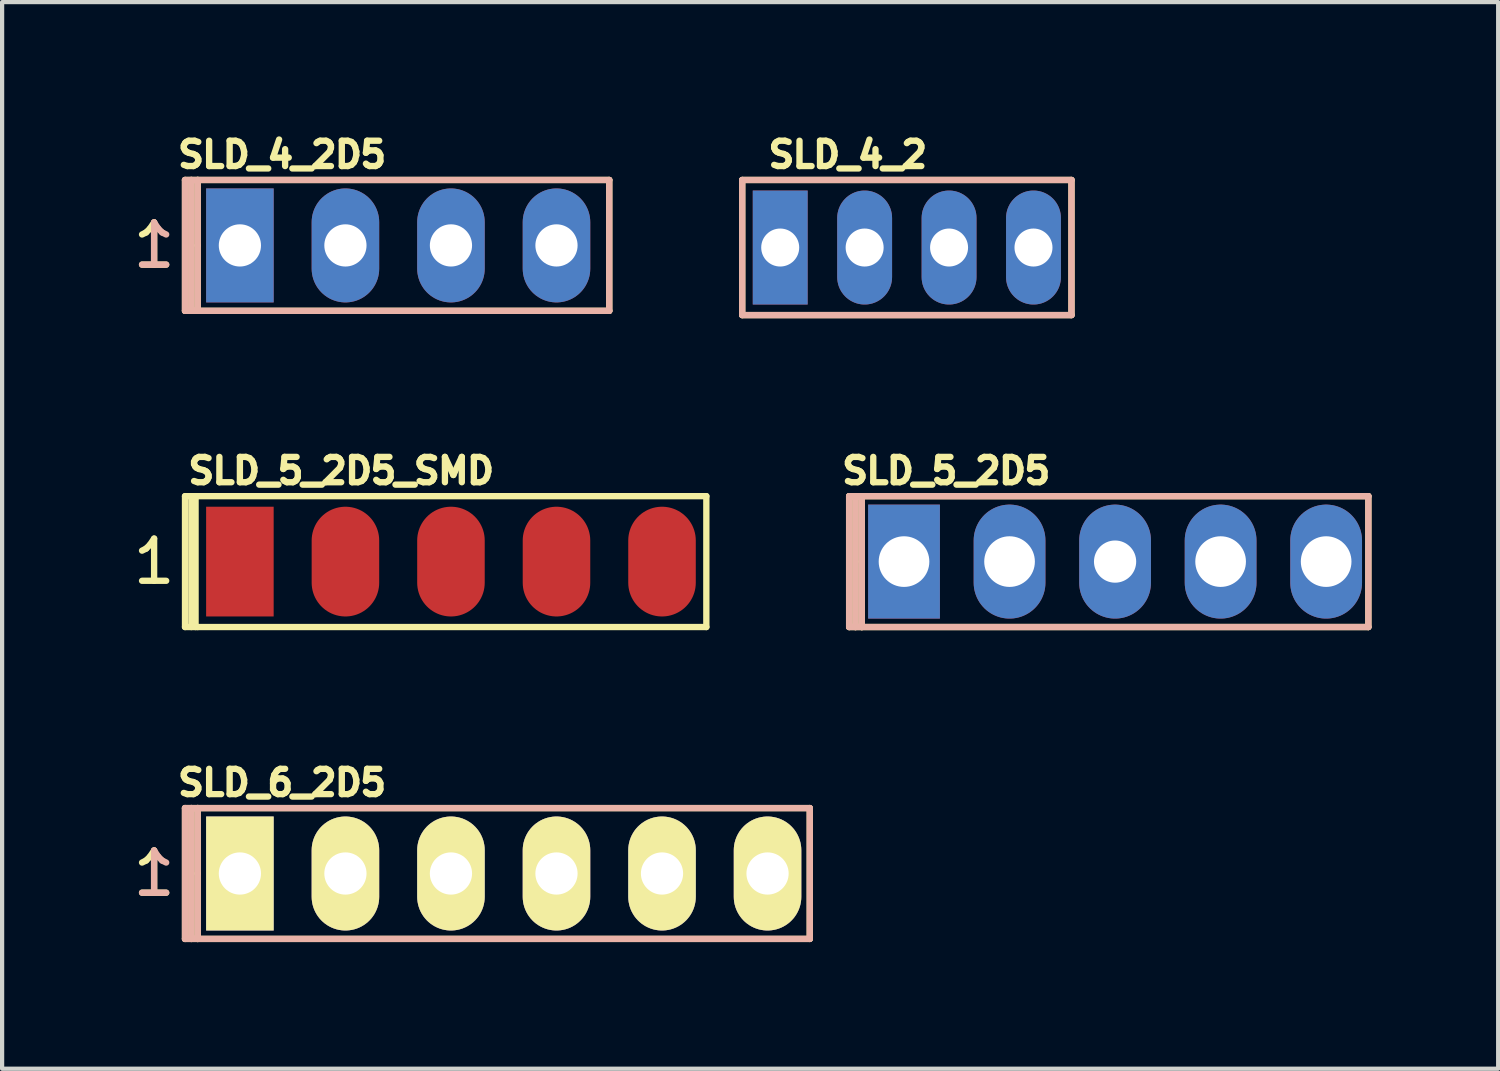
<source format=kicad_pcb>
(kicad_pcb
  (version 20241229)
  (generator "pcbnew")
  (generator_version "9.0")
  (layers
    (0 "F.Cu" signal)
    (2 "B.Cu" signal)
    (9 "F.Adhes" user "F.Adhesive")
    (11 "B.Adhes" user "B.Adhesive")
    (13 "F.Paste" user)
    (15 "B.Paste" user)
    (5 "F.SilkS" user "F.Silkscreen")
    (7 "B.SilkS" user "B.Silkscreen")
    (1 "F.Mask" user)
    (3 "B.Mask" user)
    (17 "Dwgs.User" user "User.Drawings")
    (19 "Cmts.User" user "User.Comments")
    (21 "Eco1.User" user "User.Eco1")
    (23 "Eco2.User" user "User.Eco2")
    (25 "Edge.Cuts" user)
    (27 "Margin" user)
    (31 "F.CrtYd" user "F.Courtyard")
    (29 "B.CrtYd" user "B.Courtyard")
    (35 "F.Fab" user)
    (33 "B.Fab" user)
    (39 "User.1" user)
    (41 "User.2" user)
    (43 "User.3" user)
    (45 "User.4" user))
  (footprint "SLD_6_2D5"
    (layer "F.Cu")
    (at 8.883 17.643)
    (property "Reference" "SLD_6_2D5" (at -5.25 -2.15 0) (layer "F.SilkS") (effects (font (size 0.6 0.6) (thickness 0.15))))
    (attr through_hole)
    (fp_line (start -7.55 -1.55) (end -7.55 1.55) (stroke (width 0.15) (type solid)) (layer "F.SilkS"))
    (fp_line (start -7.55 1.55) (end -7.25 1.55) (stroke (width 0.15) (type solid)) (layer "F.SilkS"))
    (fp_line (start -7.4 1.55) (end -7.4 -1.55) (stroke (width 0.15) (type solid)) (layer "F.SilkS"))
    (fp_line (start -7.25 -1.55) (end -7.55 -1.55) (stroke (width 0.15) (type solid)) (layer "F.SilkS"))
    (fp_line (start -7.25 -1.55) (end 7.25 -1.55) (stroke (width 0.15) (type solid)) (layer "F.SilkS"))
    (fp_line (start -7.25 0) (end -7.25 -1.55) (stroke (width 0.15) (type solid)) (layer "F.SilkS"))
    (fp_line (start -7.25 1.55) (end -7.25 0) (stroke (width 0.15) (type solid)) (layer "F.SilkS"))
    (fp_line (start 7.25 -1.55) (end 7.25 1.55) (stroke (width 0.15) (type solid)) (layer "F.SilkS"))
    (fp_line (start 7.25 1.55) (end -7.25 1.55) (stroke (width 0.15) (type solid)) (layer "F.SilkS"))
    (fp_line (start -7.55 -1.55) (end -7.4 -1.55) (stroke (width 0.15) (type solid)) (layer "B.SilkS"))
    (fp_line (start -7.55 1.55) (end -7.55 -1.55) (stroke (width 0.15) (type solid)) (layer "B.SilkS"))
    (fp_line (start -7.4 -1.55) (end -7.4 1.55) (stroke (width 0.15) (type solid)) (layer "B.SilkS"))
    (fp_line (start -7.4 1.55) (end -7.55 1.55) (stroke (width 0.15) (type solid)) (layer "B.SilkS"))
    (fp_line (start -7.4 1.55) (end -7.25 1.55) (stroke (width 0.15) (type solid)) (layer "B.SilkS"))
    (fp_line (start -7.25 -1.55) (end -7.4 -1.55) (stroke (width 0.15) (type solid)) (layer "B.SilkS"))
    (fp_line (start -7.25 -1.55) (end 7.25 -1.55) (stroke (width 0.15) (type solid)) (layer "B.SilkS"))
    (fp_line (start -7.25 1.55) (end -7.25 -1.55) (stroke (width 0.15) (type solid)) (layer "B.SilkS"))
    (fp_line (start 7.25 -1.55) (end 7.25 1.55) (stroke (width 0.15) (type solid)) (layer "B.SilkS"))
    (fp_line (start 7.25 1.55) (end -7.25 1.55) (stroke (width 0.15) (type solid)) (layer "B.SilkS"))
    (fp_text user "1" (at -8.282 0 0) (layer "F.SilkS") (effects (font (size 1 1) (thickness 0.15))))
    (fp_text user "1" (at -8.282 0 0) (layer "B.SilkS") (effects (font (size 1 1) (thickness 0.15)) (justify mirror)))
    (pad "1" thru_hole rect (at -6.25 0) (size 1.6 2.7) (drill 1) (layers "*.Cu" "*.Mask" "F.SilkS"))
    (pad "2" thru_hole oval (at -3.75 0) (size 1.6 2.7) (drill 1) (layers "*.Cu" "*.Mask" "F.SilkS"))
    (pad "3" thru_hole oval (at -1.25 0) (size 1.6 2.7) (drill 1) (layers "*.Cu" "*.Mask" "F.SilkS"))
    (pad "4" thru_hole oval (at 1.25 0) (size 1.6 2.7) (drill 1) (layers "*.Cu" "*.Mask" "F.SilkS"))
    (pad "5" thru_hole oval (at 3.75 0) (size 1.6 2.7) (drill 1) (layers "*.Cu" "*.Mask" "F.SilkS"))
    (pad "6" thru_hole oval (at 6.25 0) (size 1.6 2.7) (drill 1) (layers "*.Cu" "*.Mask" "F.SilkS")))
  (footprint "SLD_5_2D5_SMD"
    (layer "F.Cu")
    (at 7.633 10.254)
    (property "Reference" "SLD_5_2D5_SMD" (at -2.6 -2.15 0) (layer "F.SilkS") (effects (font (size 0.6 0.6) (thickness 0.15))))
    (attr through_hole exclude_from_bom)
    (fp_line (start -6.3 -1.55) (end -6.3 1.55) (stroke (width 0.15) (type solid)) (layer "F.SilkS"))
    (fp_line (start -6.3 1.55) (end -6 1.55) (stroke (width 0.15) (type solid)) (layer "F.SilkS"))
    (fp_line (start -6.15 1.55) (end -6.15 -1.55) (stroke (width 0.15) (type solid)) (layer "F.SilkS"))
    (fp_line (start -6.05 1.55) (end -6.05 -1.55) (stroke (width 0.15) (type solid)) (layer "F.SilkS"))
    (fp_line (start -6 -1.55) (end -6.3 -1.55) (stroke (width 0.15) (type solid)) (layer "F.SilkS"))
    (fp_line (start -6 -1.55) (end 6.05 -1.55) (stroke (width 0.15) (type solid)) (layer "F.SilkS"))
    (fp_line (start 6.05 -1.55) (end 6.05 1.55) (stroke (width 0.15) (type solid)) (layer "F.SilkS"))
    (fp_line (start 6.05 1.55) (end -6 1.55) (stroke (width 0.15) (type solid)) (layer "F.SilkS"))
    (fp_text user "1" (at -7.032 0 0) (layer "F.SilkS") (effects (font (size 1 1) (thickness 0.15))))
    (pad "1" smd rect (at -5 0) (size 1.6 2.6) (layers "F.Cu" "F.Mask" "F.Paste"))
    (pad "2" smd oval (at -2.5 0) (size 1.6 2.6) (layers "F.Cu" "F.Mask" "F.Paste"))
    (pad "3" smd oval (at 0 0) (size 1.6 2.6) (layers "F.Cu" "F.Mask" "F.Paste"))
    (pad "4" smd oval (at 2.5 0) (size 1.6 2.6) (layers "F.Cu" "F.Mask" "F.Paste"))
    (pad "5" smd oval (at 5 0) (size 1.6 2.6) (layers "F.Cu" "F.Mask" "F.Paste")))
  (footprint "SLD_4_2D5"
    (layer "F.Cu")
    (at 6.383 2.764)
    (property "Reference" "SLD_4_2D5" (at -2.75 -2.15 0) (layer "F.SilkS") (effects (font (size 0.6 0.6) (thickness 0.15))))
    (fp_line (start -5.05 -1.55) (end -5.05 1.55) (stroke (width 0.15) (type solid)) (layer "F.SilkS"))
    (fp_line (start -5.05 1.55) (end -4.75 1.55) (stroke (width 0.15) (type solid)) (layer "F.SilkS"))
    (fp_line (start -4.9 1.55) (end -4.9 -1.55) (stroke (width 0.15) (type solid)) (layer "F.SilkS"))
    (fp_line (start -4.75 -1.55) (end -5.05 -1.55) (stroke (width 0.15) (type solid)) (layer "F.SilkS"))
    (fp_line (start -4.75 -1.55) (end 5 -1.55) (stroke (width 0.15) (type solid)) (layer "F.SilkS"))
    (fp_line (start -4.75 0) (end -4.75 -1.55) (stroke (width 0.15) (type solid)) (layer "F.SilkS"))
    (fp_line (start -4.75 1.55) (end -4.75 0) (stroke (width 0.15) (type solid)) (layer "F.SilkS"))
    (fp_line (start 5 -1.55) (end 5 1.55) (stroke (width 0.15) (type solid)) (layer "F.SilkS"))
    (fp_line (start 5 1.55) (end -4.75 1.55) (stroke (width 0.15) (type solid)) (layer "F.SilkS"))
    (fp_line (start -5.05 -1.55) (end -4.9 -1.55) (stroke (width 0.15) (type solid)) (layer "B.SilkS"))
    (fp_line (start -5.05 1.55) (end -5.05 -1.55) (stroke (width 0.15) (type solid)) (layer "B.SilkS"))
    (fp_line (start -4.9 -1.55) (end -4.9 1.55) (stroke (width 0.15) (type solid)) (layer "B.SilkS"))
    (fp_line (start -4.9 1.55) (end -5.05 1.55) (stroke (width 0.15) (type solid)) (layer "B.SilkS"))
    (fp_line (start -4.9 1.55) (end -4.75 1.55) (stroke (width 0.15) (type solid)) (layer "B.SilkS"))
    (fp_line (start -4.75 -1.55) (end -4.9 -1.55) (stroke (width 0.15) (type solid)) (layer "B.SilkS"))
    (fp_line (start -4.75 -1.55) (end 5 -1.55) (stroke (width 0.15) (type solid)) (layer "B.SilkS"))
    (fp_line (start -4.75 1.55) (end -4.75 -1.55) (stroke (width 0.15) (type solid)) (layer "B.SilkS"))
    (fp_line (start 5 -1.55) (end 5 1.55) (stroke (width 0.15) (type solid)) (layer "B.SilkS"))
    (fp_line (start 5 1.55) (end -4.75 1.55) (stroke (width 0.15) (type solid)) (layer "B.SilkS"))
    (fp_text user "1" (at -5.782 0 0) (layer "F.SilkS") (effects (font (size 1 1) (thickness 0.15))))
    (fp_text user "1" (at -5.782 0 0) (layer "B.SilkS") (effects (font (size 1 1) (thickness 0.15)) (justify mirror)))
    (pad "1" thru_hole rect (at -3.75 0) (size 1.6 2.7) (drill 1) (layers "*.Cu" "*.Mask"))
    (pad "2" thru_hole oval (at -1.25 0) (size 1.6 2.7) (drill 1) (layers "*.Cu" "*.Mask"))
    (pad "3" thru_hole oval (at 1.25 0) (size 1.6 2.7) (drill 1) (layers "*.Cu" "*.Mask"))
    (pad "4" thru_hole oval (at 3.75 0) (size 1.6 2.7) (drill 1) (layers "*.Cu" "*.Mask")))
  (footprint "SLD_5_2D5"
    (layer "F.Cu")
    (at 23.366 10.254)
    (property "Reference" "SLD_5_2D5" (at -4 -2.15 0) (layer "F.SilkS") (effects (font (size 0.6 0.6) (thickness 0.15))))
    (attr through_hole)
    (fp_line (start -6.3 -1.55) (end -6.3 1.55) (stroke (width 0.15) (type solid)) (layer "F.SilkS"))
    (fp_line (start -6.3 1.55) (end -6 1.55) (stroke (width 0.15) (type solid)) (layer "F.SilkS"))
    (fp_line (start -6.15 1.55) (end -6.15 -1.55) (stroke (width 0.15) (type solid)) (layer "F.SilkS"))
    (fp_line (start -6 -1.55) (end -6.3 -1.55) (stroke (width 0.15) (type solid)) (layer "F.SilkS"))
    (fp_line (start -6 -1.55) (end 6 -1.55) (stroke (width 0.15) (type solid)) (layer "F.SilkS"))
    (fp_line (start -6 0) (end -6 -1.55) (stroke (width 0.15) (type solid)) (layer "F.SilkS"))
    (fp_line (start -6 1.55) (end -6 0) (stroke (width 0.15) (type solid)) (layer "F.SilkS"))
    (fp_line (start 6 -1.55) (end 6 1.55) (stroke (width 0.15) (type solid)) (layer "F.SilkS"))
    (fp_line (start 6 1.55) (end -6 1.55) (stroke (width 0.15) (type solid)) (layer "F.SilkS"))
    (fp_line (start -6.3 -1.55) (end -6.15 -1.55) (stroke (width 0.15) (type solid)) (layer "B.SilkS"))
    (fp_line (start -6.3 1.55) (end -6.3 -1.55) (stroke (width 0.15) (type solid)) (layer "B.SilkS"))
    (fp_line (start -6.15 -1.55) (end -6.15 1.55) (stroke (width 0.15) (type solid)) (layer "B.SilkS"))
    (fp_line (start -6.15 1.55) (end -6.3 1.55) (stroke (width 0.15) (type solid)) (layer "B.SilkS"))
    (fp_line (start -6.15 1.55) (end -6 1.55) (stroke (width 0.15) (type solid)) (layer "B.SilkS"))
    (fp_line (start -6 -1.55) (end -6.15 -1.55) (stroke (width 0.15) (type solid)) (layer "B.SilkS"))
    (fp_line (start -6 -1.55) (end 6 -1.55) (stroke (width 0.15) (type solid)) (layer "B.SilkS"))
    (fp_line (start -6 1.55) (end -6 -1.55) (stroke (width 0.15) (type solid)) (layer "B.SilkS"))
    (fp_line (start 6 -1.55) (end 6 1.55) (stroke (width 0.15) (type solid)) (layer "B.SilkS"))
    (fp_line (start 6 1.55) (end -6 1.55) (stroke (width 0.15) (type solid)) (layer "B.SilkS"))
    (pad "1" thru_hole rect (at -5 0) (size 1.7 2.7) (drill 1.2) (layers "*.Cu" "*.Mask"))
    (pad "2" thru_hole oval (at -2.5 0) (size 1.7 2.7) (drill 1.2) (layers "*.Cu" "*.Mask"))
    (pad "3" thru_hole oval (at 0 0) (size 1.7 2.7) (drill 1) (layers "*.Cu" "*.Mask"))
    (pad "4" thru_hole oval (at 2.5 0) (size 1.7 2.7) (drill 1.2) (layers "*.Cu" "*.Mask"))
    (pad "5" thru_hole oval (at 5 0) (size 1.7 2.7) (drill 1.2) (layers "*.Cu" "*.Mask")))
  (footprint "SLD_4_2"
    (layer "F.Cu")
    (at 18.433 2.814)
    (property "Reference" "SLD_4_2" (at -1.4 -2.2 0) (layer "F.SilkS") (effects (font (size 0.6 0.6) (thickness 0.15))))
    (fp_line (start -3.9 -1.6) (end 3.9 -1.6) (stroke (width 0.15) (type solid)) (layer "F.SilkS"))
    (fp_line (start -3.9 1.6) (end -3.9 -1.6) (stroke (width 0.15) (type solid)) (layer "F.SilkS"))
    (fp_line (start 3.9 -1.6) (end 3.9 1.6) (stroke (width 0.15) (type solid)) (layer "F.SilkS"))
    (fp_line (start 3.9 1.6) (end -3.9 1.6) (stroke (width 0.15) (type solid)) (layer "F.SilkS"))
    (fp_line (start -3.9 -1.6) (end 3.9 -1.6) (stroke (width 0.15) (type solid)) (layer "B.SilkS"))
    (fp_line (start -3.9 1.6) (end -3.9 -1.6) (stroke (width 0.15) (type solid)) (layer "B.SilkS"))
    (fp_line (start 3.9 -1.6) (end 3.9 1.6) (stroke (width 0.15) (type solid)) (layer "B.SilkS"))
    (fp_line (start 3.9 1.6) (end -3.9 1.6) (stroke (width 0.15) (type solid)) (layer "B.SilkS"))
    (pad "1" thru_hole rect (at -3 0) (size 1.3 2.7) (drill 0.9) (layers "*.Cu" "*.Mask"))
    (pad "2" thru_hole oval (at -1 0) (size 1.3 2.7) (drill 0.9) (layers "*.Cu" "*.Mask"))
    (pad "3" thru_hole oval (at 1 0) (size 1.3 2.7) (drill 0.9) (layers "*.Cu" "*.Mask"))
    (pad "4" thru_hole oval (at 3 0) (size 1.3 2.7) (drill 0.9) (layers "*.Cu" "*.Mask")))
  (gr_rect
    (start -3 -3)
    (end 32.441 22.268)
    (stroke (width 0.1) (type default))
    (fill no)
    (layer "Edge.Cuts")))
</source>
